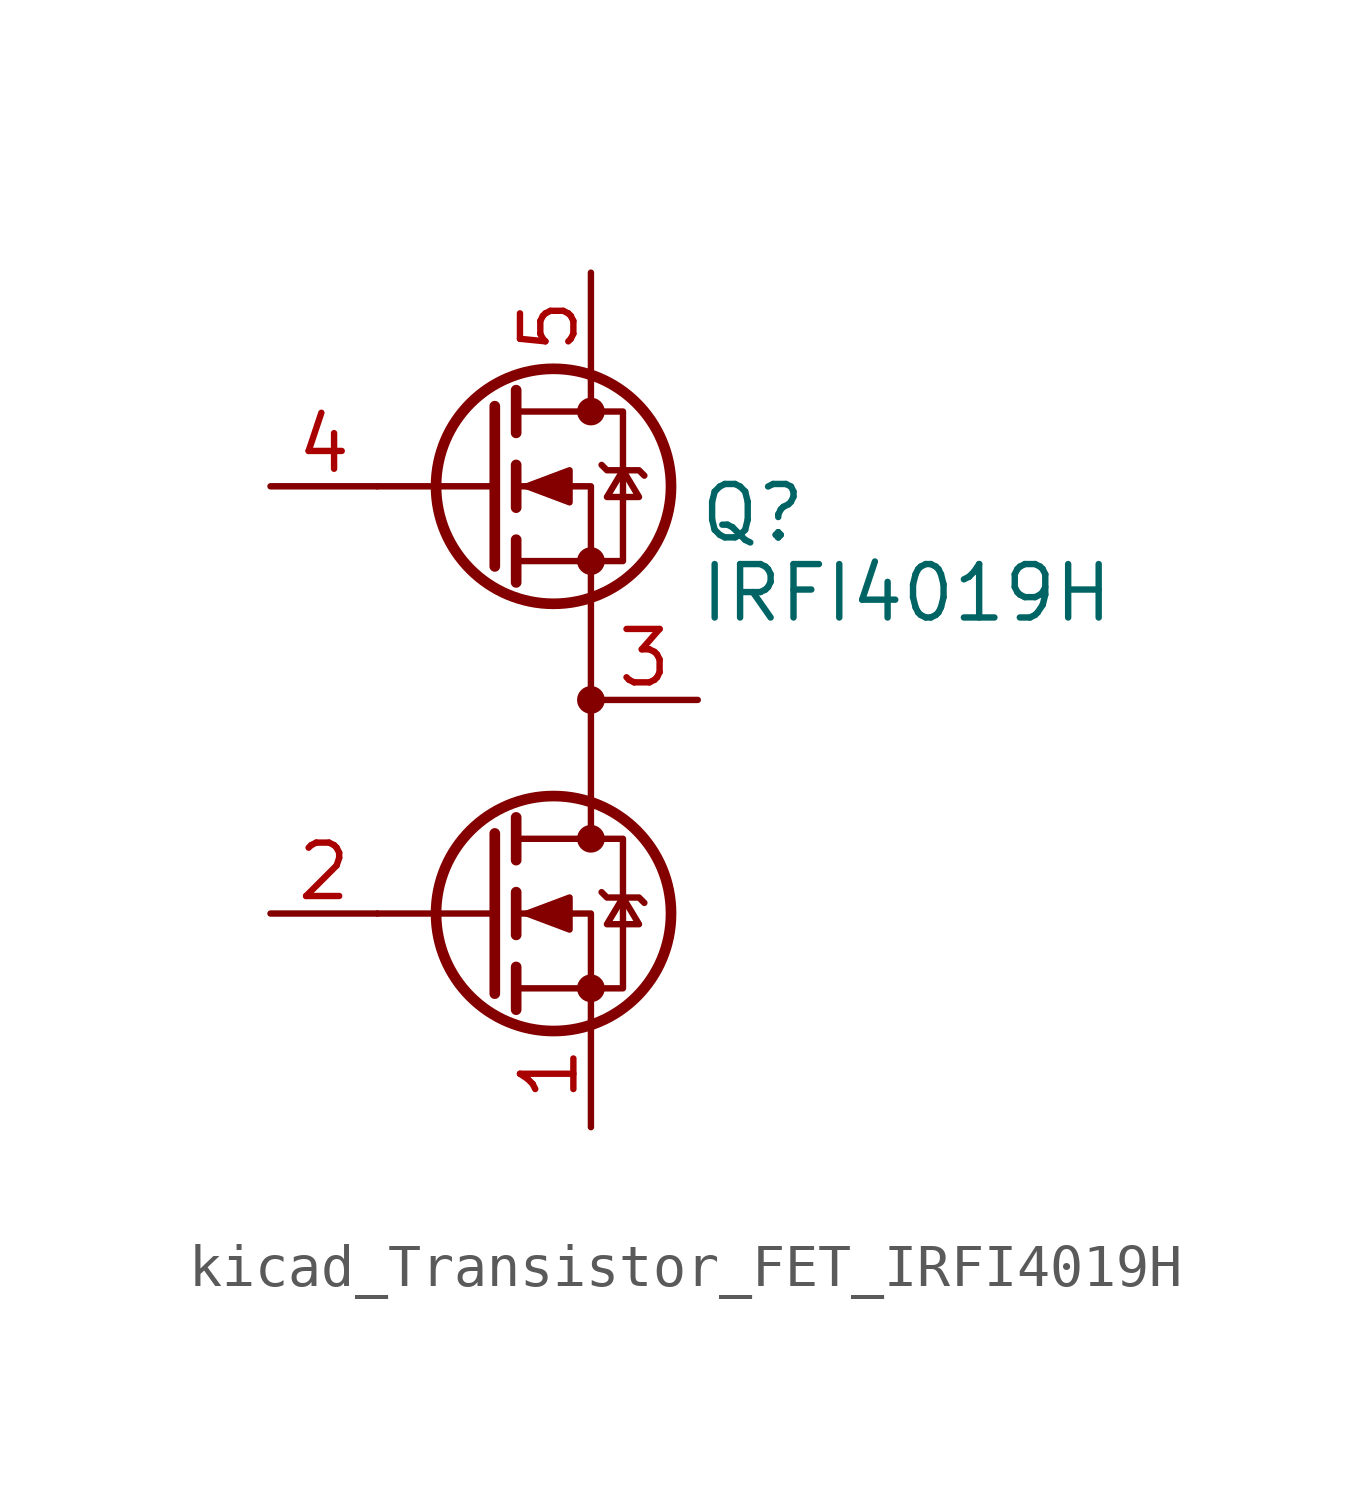
<source format=kicad_sym>
(kicad_symbol_lib
  (version 20220914)
  (generator kicad_symbol_editor)
  (symbol "kicad_Transistor_FET_IRFI4019H"
    (pin_names hide)
    (property "Reference" "Q"
      (at 5.08 4.445 0)
      (effects (font (size 1.27 1.27)) (justify left)))
    (property "Value" "IRFI4019H"
      (at 5.08 2.54 0)
      (effects (font (size 1.27 1.27)) (justify left)))
    (symbol "kicad_Transistor_FET_IRFI4019H_0_1"
      (polyline (pts (xy 0.254 -5.08) (xy -2.54 -5.08)) (stroke (width 0) (type default)) (fill (type none)))
      (polyline (pts (xy 0.254 -3.175) (xy 0.254 -6.985)) (stroke (width 0.254) (type default)) (fill (type none)))
      (polyline (pts (xy 0.254 5.08) (xy -2.54 5.08)) (stroke (width 0) (type default)) (fill (type none)))
      (polyline (pts (xy 0.254 6.985) (xy 0.254 3.175)) (stroke (width 0.254) (type default)) (fill (type none)))
      (polyline (pts (xy 0.762 -6.35) (xy 0.762 -7.366)) (stroke (width 0.254) (type default)) (fill (type none)))
      (polyline (pts (xy 0.762 -4.572) (xy 0.762 -5.588)) (stroke (width 0.254) (type default)) (fill (type none)))
      (polyline (pts (xy 0.762 -2.794) (xy 0.762 -3.81)) (stroke (width 0.254) (type default)) (fill (type none)))
      (polyline (pts (xy 0.762 3.81) (xy 0.762 2.794)) (stroke (width 0.254) (type default)) (fill (type none)))
      (polyline (pts (xy 0.762 5.588) (xy 0.762 4.572)) (stroke (width 0.254) (type default)) (fill (type none)))
      (polyline (pts (xy 0.762 7.366) (xy 0.762 6.35)) (stroke (width 0.254) (type default)) (fill (type none)))
      (polyline (pts (xy 2.54 7.62) (xy 2.54 6.858)) (stroke (width 0) (type default)) (fill (type none)))
      (polyline (pts (xy 2.54 -7.62) (xy 2.54 -5.08) (xy 0.762 -5.08)) (stroke (width 0) (type default)) (fill (type none)))
      (polyline (pts (xy 2.54 -3.302) (xy 2.54 5.08) (xy 0.762 5.08)) (stroke (width 0) (type default)) (fill (type none)))
      (polyline (pts (xy 0.762 -6.858) (xy 3.302 -6.858) (xy 3.302 -3.302) (xy 0.762 -3.302)) (stroke (width 0) (type default)) (fill (type none)))
      (polyline (pts (xy 0.762 3.302) (xy 3.302 3.302) (xy 3.302 6.858) (xy 0.762 6.858)) (stroke (width 0) (type default)) (fill (type none)))
      (polyline (pts (xy 1.016 -5.08) (xy 2.032 -4.699) (xy 2.032 -5.461) (xy 1.016 -5.08)) (stroke (width 0) (type default)) (fill (type outline)))
      (polyline (pts (xy 1.016 5.08) (xy 2.032 5.461) (xy 2.032 4.699) (xy 1.016 5.08)) (stroke (width 0) (type default)) (fill (type outline)))
      (polyline (pts (xy 2.794 -4.572) (xy 2.921 -4.699) (xy 3.683 -4.699) (xy 3.81 -4.826)) (stroke (width 0) (type default)) (fill (type none)))
      (polyline (pts (xy 2.794 5.588) (xy 2.921 5.461) (xy 3.683 5.461) (xy 3.81 5.334)) (stroke (width 0) (type default)) (fill (type none)))
      (polyline (pts (xy 3.302 -4.699) (xy 2.921 -5.334) (xy 3.683 -5.334) (xy 3.302 -4.699)) (stroke (width 0) (type default)) (fill (type none)))
      (polyline (pts (xy 3.302 5.461) (xy 2.921 4.826) (xy 3.683 4.826) (xy 3.302 5.461)) (stroke (width 0) (type default)) (fill (type none)))
      (circle (center 1.651 -5.08) (radius 2.794) (stroke (width 0.254) (type default)) (fill (type none)))
      (circle (center 1.651 5.08) (radius 2.794) (stroke (width 0.254) (type default)) (fill (type none)))
      (circle (center 2.54 -6.858) (radius 0.254) (stroke (width 0) (type default)) (fill (type outline)))
      (circle (center 2.54 -3.302) (radius 0.254) (stroke (width 0) (type default)) (fill (type outline)))
      (circle (center 2.54 0) (radius 0.254) (stroke (width 0) (type default)) (fill (type outline)))
      (circle (center 2.54 3.302) (radius 0.254) (stroke (width 0) (type default)) (fill (type outline)))
      (circle (center 2.54 6.858) (radius 0.254) (stroke (width 0) (type default)) (fill (type outline))))
    (symbol "kicad_Transistor_FET_IRFI4019H_1_1"
      (pin passive line (at 2.54 -10.16 90) (length 2.54) (name "S2" (effects (font (size 1.27 1.27)))) (number "1" (effects (font (size 1.27 1.27)))))
      (pin input line (at -5.08 -5.08 0) (length 2.54) (name "G2" (effects (font (size 1.27 1.27)))) (number "2" (effects (font (size 1.27 1.27)))))
      (pin passive line (at 5.08 0 180) (length 2.54) (name "S1/D2" (effects (font (size 1.27 1.27)))) (number "3" (effects (font (size 1.27 1.27)))))
      (pin input line (at -5.08 5.08 0) (length 2.54) (name "G1" (effects (font (size 1.27 1.27)))) (number "4" (effects (font (size 1.27 1.27)))))
      (pin passive line (at 2.54 10.16 270) (length 2.54) (name "D1" (effects (font (size 1.27 1.27)))) (number "5" (effects (font (size 1.27 1.27))))))))
</source>
